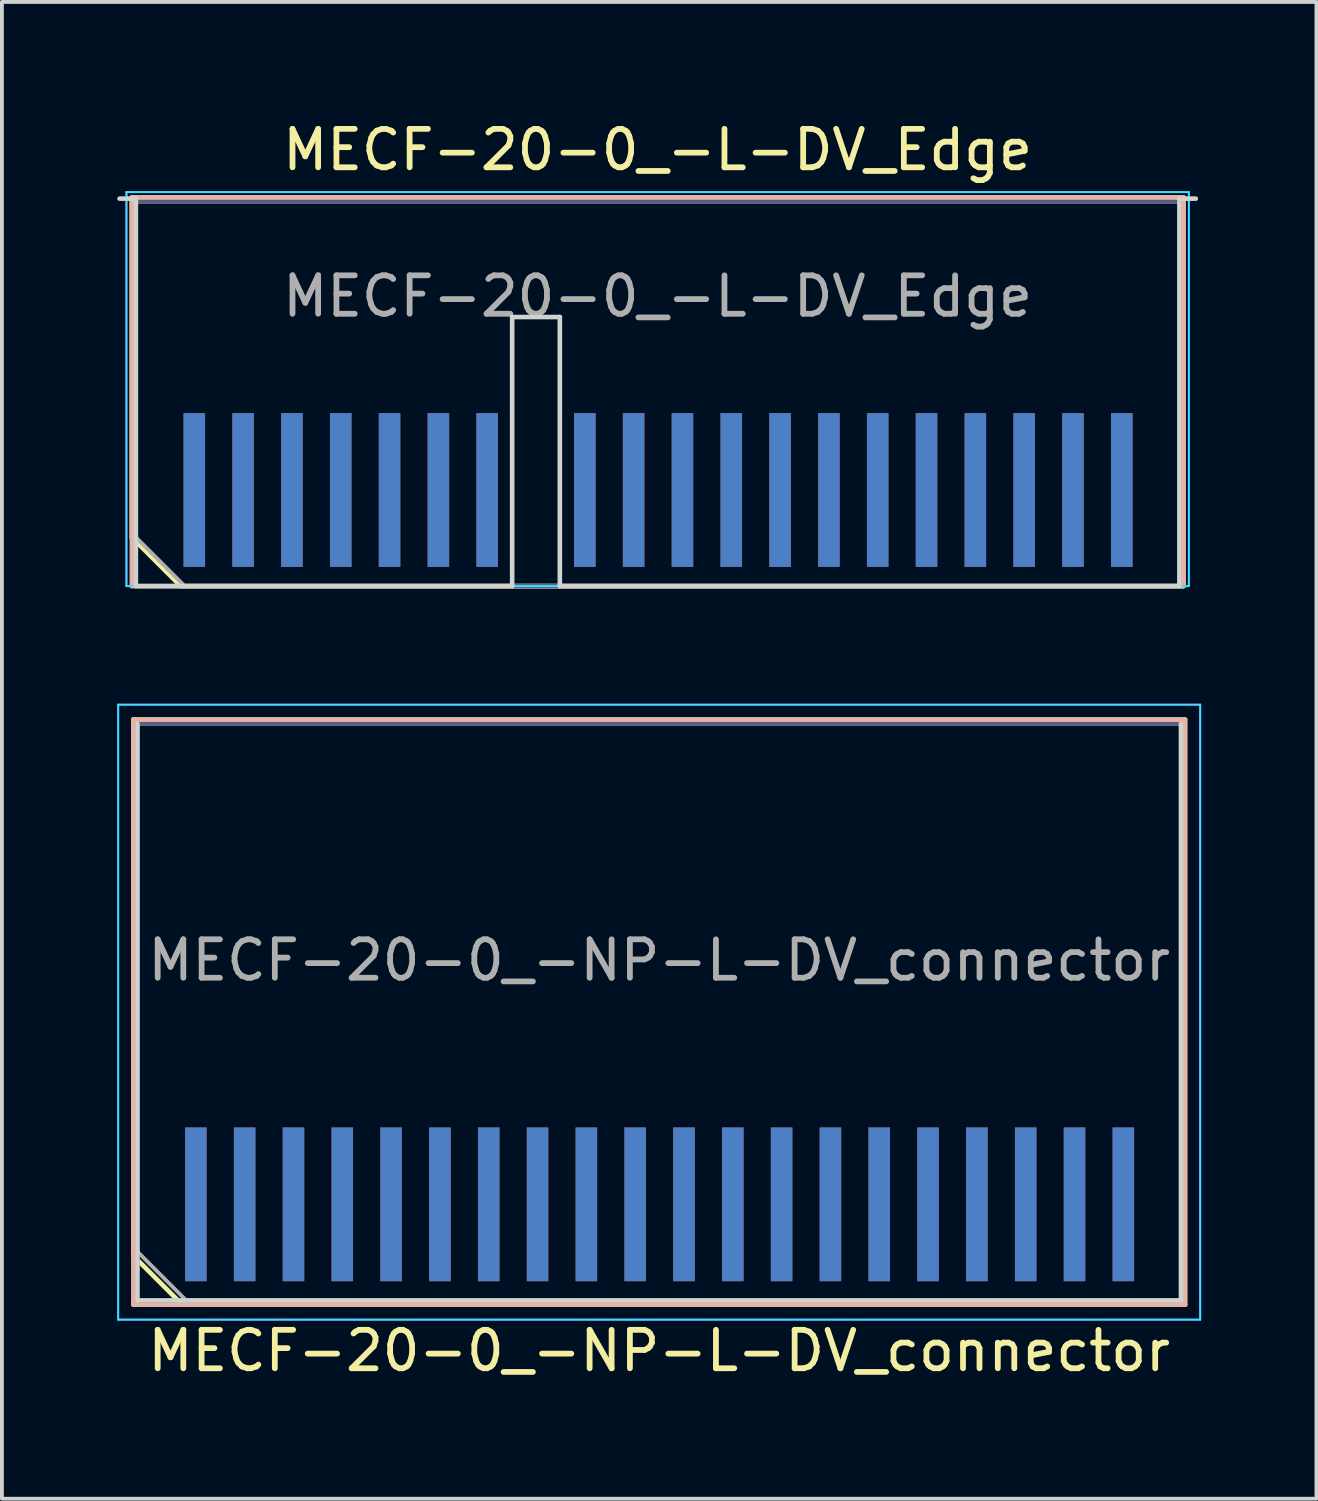
<source format=kicad_pcb>
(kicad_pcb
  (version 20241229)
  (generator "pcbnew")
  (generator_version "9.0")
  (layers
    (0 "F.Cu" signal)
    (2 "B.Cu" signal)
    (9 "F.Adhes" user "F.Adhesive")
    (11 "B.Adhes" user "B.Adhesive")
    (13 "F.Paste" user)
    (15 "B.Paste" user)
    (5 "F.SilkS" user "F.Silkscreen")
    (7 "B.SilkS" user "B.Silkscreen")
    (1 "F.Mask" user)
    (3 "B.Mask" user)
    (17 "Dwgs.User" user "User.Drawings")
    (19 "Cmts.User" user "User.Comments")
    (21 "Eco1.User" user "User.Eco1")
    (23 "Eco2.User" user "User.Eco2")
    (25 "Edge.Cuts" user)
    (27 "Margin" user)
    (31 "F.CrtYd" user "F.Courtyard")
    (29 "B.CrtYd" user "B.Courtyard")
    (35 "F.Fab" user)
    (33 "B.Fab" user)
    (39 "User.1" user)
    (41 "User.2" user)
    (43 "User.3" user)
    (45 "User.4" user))
  (footprint "MECF-20-0_-NP-L-DV_connector"
    (layer "F.Cu")
    (at 14.1 28.283)
    (property "Reference" "MECF-20-0_-NP-L-DV_connector" (at 0 3.81 0) (layer "F.SilkS") (effects (font (size 1 1) (thickness 0.15))))
    (attr smd)
    (fp_line (start -13.68 -12.61) (end 13.68 -12.61) (stroke (width 0.12) (type solid)) (layer "F.SilkS"))
    (fp_line (start -13.68 1.34) (end -13.68 -12.61) (stroke (width 0.12) (type solid)) (layer "F.SilkS"))
    (fp_line (start -12.41 2.61) (end -13.68 1.34) (stroke (width 0.12) (type solid)) (layer "F.SilkS"))
    (fp_line (start -12.41 2.61) (end 13.68 2.61) (stroke (width 0.12) (type solid)) (layer "F.SilkS"))
    (fp_line (start 13.68 2.61) (end 13.68 -12.61) (stroke (width 0.12) (type solid)) (layer "F.SilkS"))
    (fp_line (start -13.68 -12.61) (end 13.68 -12.61) (stroke (width 0.12) (type solid)) (layer "B.SilkS"))
    (fp_line (start -13.68 2.61) (end -13.68 -12.61) (stroke (width 0.12) (type solid)) (layer "B.SilkS"))
    (fp_line (start -13.68 2.61) (end 13.68 2.61) (stroke (width 0.12) (type solid)) (layer "B.SilkS"))
    (fp_line (start 13.68 2.61) (end 13.68 -12.61) (stroke (width 0.12) (type solid)) (layer "B.SilkS"))
    (fp_line (start -13.575 2.5) (end -13.575 -12.5) (stroke (width 0.12) (type solid)) (layer "Edge.Cuts"))
    (fp_line (start -13.575 2.5) (end 13.575 2.5) (stroke (width 0.12) (type solid)) (layer "Edge.Cuts"))
    (fp_line (start 13.575 2.5) (end 13.575 -12.5) (stroke (width 0.12) (type solid)) (layer "Edge.Cuts"))
    (fp_line (start -14.075 -13) (end -14.075 3) (stroke (width 0.05) (type solid)) (layer "B.CrtYd"))
    (fp_line (start -14.075 3) (end 14.075 3) (stroke (width 0.05) (type solid)) (layer "B.CrtYd"))
    (fp_line (start 14.075 -13) (end -14.075 -13) (stroke (width 0.05) (type solid)) (layer "B.CrtYd"))
    (fp_line (start 14.075 3) (end 14.075 -13) (stroke (width 0.05) (type solid)) (layer "B.CrtYd"))
    (fp_line (start -14.075 -13) (end -14.075 3) (stroke (width 0.05) (type solid)) (layer "F.CrtYd"))
    (fp_line (start -14.075 3) (end 14.075 3) (stroke (width 0.05) (type solid)) (layer "F.CrtYd"))
    (fp_line (start 14.075 -13) (end -14.075 -13) (stroke (width 0.05) (type solid)) (layer "F.CrtYd"))
    (fp_line (start 14.075 3) (end 14.075 -13) (stroke (width 0.05) (type solid)) (layer "F.CrtYd"))
    (fp_line (start -13.575 -12.5) (end 13.575 -12.5) (stroke (width 0.1) (type solid)) (layer "B.Fab"))
    (fp_line (start -13.575 2.5) (end -13.575 -12.5) (stroke (width 0.1) (type solid)) (layer "B.Fab"))
    (fp_line (start -13.575 2.5) (end 13.575 2.5) (stroke (width 0.1) (type solid)) (layer "B.Fab"))
    (fp_line (start 13.575 2.5) (end 13.575 -12.5) (stroke (width 0.1) (type solid)) (layer "B.Fab"))
    (fp_line (start -13.575 -12.5) (end 13.575 -12.5) (stroke (width 0.1) (type solid)) (layer "F.Fab"))
    (fp_line (start -13.575 1.23) (end -13.575 -12.5) (stroke (width 0.1) (type solid)) (layer "F.Fab"))
    (fp_line (start -13.575 1.23) (end -12.305 2.5) (stroke (width 0.1) (type solid)) (layer "F.Fab"))
    (fp_line (start -12.305 2.5) (end 13.575 2.5) (stroke (width 0.1) (type solid)) (layer "F.Fab"))
    (fp_line (start 13.575 2.5) (end 13.575 -12.5) (stroke (width 0.1) (type solid)) (layer "F.Fab"))
    (fp_text user "${REFERENCE}" (at 0 -6.35 0) (layer "F.Fab") (effects (font (size 1 1) (thickness 0.15))))
    (pad "1" smd rect (at -12.055 0) (size 0.56 4) (layers "F.Cu" "F.Mask" "F.Paste"))
    (pad "2" smd rect (at -12.055 0) (size 0.56 4) (layers "B.Cu" "B.Mask" "B.Paste"))
    (pad "3" smd rect (at -10.785 0) (size 0.56 4) (layers "F.Cu" "F.Mask" "F.Paste"))
    (pad "4" smd rect (at -10.785 0) (size 0.56 4) (layers "B.Cu" "B.Mask" "B.Paste"))
    (pad "5" smd rect (at -9.515 0) (size 0.56 4) (layers "F.Cu" "F.Mask" "F.Paste"))
    (pad "6" smd rect (at -9.515 0) (size 0.56 4) (layers "B.Cu" "B.Mask" "B.Paste"))
    (pad "7" smd rect (at -8.245 0) (size 0.56 4) (layers "F.Cu" "F.Mask" "F.Paste"))
    (pad "8" smd rect (at -8.245 0) (size 0.56 4) (layers "B.Cu" "B.Mask" "B.Paste"))
    (pad "9" smd rect (at -6.975 0) (size 0.56 4) (layers "F.Cu" "F.Mask" "F.Paste"))
    (pad "10" smd rect (at -6.975 0) (size 0.56 4) (layers "B.Cu" "B.Mask" "B.Paste"))
    (pad "11" smd rect (at -5.705 0) (size 0.56 4) (layers "F.Cu" "F.Mask" "F.Paste"))
    (pad "12" smd rect (at -5.705 0) (size 0.56 4) (layers "B.Cu" "B.Mask" "B.Paste"))
    (pad "13" smd rect (at -4.435 0) (size 0.56 4) (layers "F.Cu" "F.Mask" "F.Paste"))
    (pad "14" smd rect (at -4.435 0) (size 0.56 4) (layers "B.Cu" "B.Mask" "B.Paste"))
    (pad "15" smd rect (at -3.165 0) (size 0.56 4) (layers "F.Cu" "F.Mask" "F.Paste"))
    (pad "16" smd rect (at -3.165 0) (size 0.56 4) (layers "B.Cu" "B.Mask" "B.Paste"))
    (pad "17" smd rect (at -1.895 0) (size 0.56 4) (layers "F.Cu" "F.Mask" "F.Paste"))
    (pad "18" smd rect (at -1.895 0) (size 0.56 4) (layers "B.Cu" "B.Mask" "B.Paste"))
    (pad "19" smd rect (at -0.625 0) (size 0.56 4) (layers "F.Cu" "F.Mask" "F.Paste"))
    (pad "20" smd rect (at -0.625 0) (size 0.56 4) (layers "B.Cu" "B.Mask" "B.Paste"))
    (pad "21" smd rect (at 0.645 0) (size 0.56 4) (layers "F.Cu" "F.Mask" "F.Paste"))
    (pad "22" smd rect (at 0.645 0) (size 0.56 4) (layers "B.Cu" "B.Mask" "B.Paste"))
    (pad "23" smd rect (at 1.915 0) (size 0.56 4) (layers "F.Cu" "F.Mask" "F.Paste"))
    (pad "24" smd rect (at 1.915 0) (size 0.56 4) (layers "B.Cu" "B.Mask" "B.Paste"))
    (pad "25" smd rect (at 3.185 0) (size 0.56 4) (layers "F.Cu" "F.Mask" "F.Paste"))
    (pad "26" smd rect (at 3.185 0) (size 0.56 4) (layers "B.Cu" "B.Mask" "B.Paste"))
    (pad "27" smd rect (at 4.455 0) (size 0.56 4) (layers "F.Cu" "F.Mask" "F.Paste"))
    (pad "28" smd rect (at 4.455 0) (size 0.56 4) (layers "B.Cu" "B.Mask" "B.Paste"))
    (pad "29" smd rect (at 5.725 0) (size 0.56 4) (layers "F.Cu" "F.Mask" "F.Paste"))
    (pad "30" smd rect (at 5.725 0) (size 0.56 4) (layers "B.Cu" "B.Mask" "B.Paste"))
    (pad "31" smd rect (at 6.995 0) (size 0.56 4) (layers "F.Cu" "F.Mask" "F.Paste"))
    (pad "32" smd rect (at 6.995 0) (size 0.56 4) (layers "B.Cu" "B.Mask" "B.Paste"))
    (pad "33" smd rect (at 8.265 0) (size 0.56 4) (layers "F.Cu" "F.Mask" "F.Paste"))
    (pad "34" smd rect (at 8.265 0) (size 0.56 4) (layers "B.Cu" "B.Mask" "B.Paste"))
    (pad "35" smd rect (at 9.535 0) (size 0.56 4) (layers "F.Cu" "F.Mask" "F.Paste"))
    (pad "36" smd rect (at 9.535 0) (size 0.56 4) (layers "B.Cu" "B.Mask" "B.Paste"))
    (pad "37" smd rect (at 10.805 0) (size 0.56 4) (layers "F.Cu" "F.Mask" "F.Paste"))
    (pad "38" smd rect (at 10.805 0) (size 0.56 4) (layers "B.Cu" "B.Mask" "B.Paste"))
    (pad "39" smd rect (at 12.075 0) (size 0.56 4) (layers "F.Cu" "F.Mask" "F.Paste"))
    (pad "40" smd rect (at 12.075 0) (size 0.56 4) (layers "B.Cu" "B.Mask" "B.Paste")))
  (footprint "MECF-20-0_-L-DV_Edge"
    (layer "F.Cu")
    (at 14.06 7.198)
    (property "Reference" "MECF-20-0_-L-DV_Edge" (at 0 -6.35 0) (layer "F.SilkS") (effects (font (size 1 1) (thickness 0.15))))
    (attr exclude_from_pos_files exclude_from_bom)
    (fp_line (start -13.68 -5.11) (end 13.68 -5.11) (stroke (width 0.12) (type solid)) (layer "F.SilkS"))
    (fp_line (start -13.68 3.73) (end -13.68 -5.11) (stroke (width 0.12) (type solid)) (layer "F.SilkS"))
    (fp_line (start -12.41 5) (end -13.68 3.73) (stroke (width 0.12) (type solid)) (layer "F.SilkS"))
    (fp_line (start -12.41 5) (end 13.68 5) (stroke (width 0.12) (type solid)) (layer "F.SilkS"))
    (fp_line (start 13.68 5) (end 13.68 -5.11) (stroke (width 0.12) (type solid)) (layer "F.SilkS"))
    (fp_line (start -13.68 -5.11) (end 13.68 -5.11) (stroke (width 0.12) (type solid)) (layer "B.SilkS"))
    (fp_line (start -13.68 5) (end -13.68 -5.11) (stroke (width 0.12) (type solid)) (layer "B.SilkS"))
    (fp_line (start -13.68 5) (end 13.68 5) (stroke (width 0.12) (type solid)) (layer "B.SilkS"))
    (fp_line (start 13.68 5) (end 13.68 -5.11) (stroke (width 0.12) (type solid)) (layer "B.SilkS"))
    (fp_line (start -14 -5.08) (end -13.575 -5.08) (stroke (width 0.12) (type solid)) (layer "Edge.Cuts"))
    (fp_line (start -13.575 5) (end -13.575 -5.08) (stroke (width 0.12) (type solid)) (layer "Edge.Cuts"))
    (fp_line (start -13.575 5) (end -3.785 5) (stroke (width 0.12) (type solid)) (layer "Edge.Cuts"))
    (fp_line (start -3.785 -2) (end -2.545 -2) (stroke (width 0.12) (type solid)) (layer "Edge.Cuts"))
    (fp_line (start -3.785 5) (end -3.785 -2) (stroke (width 0.12) (type solid)) (layer "Edge.Cuts"))
    (fp_line (start -2.545 5) (end -2.545 -2) (stroke (width 0.12) (type solid)) (layer "Edge.Cuts"))
    (fp_line (start -2.545 5) (end 13.575 5) (stroke (width 0.12) (type solid)) (layer "Edge.Cuts"))
    (fp_line (start 13.575 5) (end 13.575 -5.08) (stroke (width 0.12) (type solid)) (layer "Edge.Cuts"))
    (fp_line (start 14 -5.08) (end 13.575 -5.08) (stroke (width 0.12) (type solid)) (layer "Edge.Cuts"))
    (fp_line (start -13.82 -5.25) (end -13.82 5) (stroke (width 0.05) (type solid)) (layer "B.CrtYd"))
    (fp_line (start -13.82 5) (end 13.82 5) (stroke (width 0.05) (type solid)) (layer "B.CrtYd"))
    (fp_line (start 13.82 -5.25) (end -13.82 -5.25) (stroke (width 0.05) (type solid)) (layer "B.CrtYd"))
    (fp_line (start 13.82 5) (end 13.82 -5.25) (stroke (width 0.05) (type solid)) (layer "B.CrtYd"))
    (fp_line (start -13.82 -5.25) (end -13.82 5) (stroke (width 0.05) (type solid)) (layer "F.CrtYd"))
    (fp_line (start -13.82 5) (end 13.82 5) (stroke (width 0.05) (type solid)) (layer "F.CrtYd"))
    (fp_line (start 13.82 -5.25) (end -13.82 -5.25) (stroke (width 0.05) (type solid)) (layer "F.CrtYd"))
    (fp_line (start 13.82 5) (end 13.82 -5.25) (stroke (width 0.05) (type solid)) (layer "F.CrtYd"))
    (fp_line (start -13.575 -5) (end 13.575 -5) (stroke (width 0.1) (type solid)) (layer "B.Fab"))
    (fp_line (start -13.575 5) (end -13.575 -5) (stroke (width 0.1) (type solid)) (layer "B.Fab"))
    (fp_line (start -13.575 5) (end 13.575 5) (stroke (width 0.1) (type solid)) (layer "B.Fab"))
    (fp_line (start 13.575 5) (end 13.575 -5) (stroke (width 0.1) (type solid)) (layer "B.Fab"))
    (fp_line (start -13.575 -5) (end 13.575 -5) (stroke (width 0.1) (type solid)) (layer "F.Fab"))
    (fp_line (start -13.575 3.73) (end -13.575 -5) (stroke (width 0.1) (type solid)) (layer "F.Fab"))
    (fp_line (start -13.575 3.73) (end -12.305 5) (stroke (width 0.1) (type solid)) (layer "F.Fab"))
    (fp_line (start -12.305 5) (end 13.575 5) (stroke (width 0.1) (type solid)) (layer "F.Fab"))
    (fp_line (start 13.575 5) (end 13.575 -5) (stroke (width 0.1) (type solid)) (layer "F.Fab"))
    (fp_text user "${REFERENCE}" (at 0 -2.54 0) (layer "F.Fab") (effects (font (size 1 1) (thickness 0.15))))
    (pad "1" smd rect (at -12.055 2.5) (size 0.56 4) (layers "F.Cu" "F.Mask" "F.Paste"))
    (pad "2" smd rect (at -12.055 2.5) (size 0.56 4) (layers "B.Cu" "B.Mask" "B.Paste"))
    (pad "3" smd rect (at -10.785 2.5) (size 0.56 4) (layers "F.Cu" "F.Mask" "F.Paste"))
    (pad "4" smd rect (at -10.785 2.5) (size 0.56 4) (layers "B.Cu" "B.Mask" "B.Paste"))
    (pad "5" smd rect (at -9.515 2.5) (size 0.56 4) (layers "F.Cu" "F.Mask" "F.Paste"))
    (pad "6" smd rect (at -9.515 2.5) (size 0.56 4) (layers "B.Cu" "B.Mask" "B.Paste"))
    (pad "7" smd rect (at -8.245 2.5) (size 0.56 4) (layers "F.Cu" "F.Mask" "F.Paste"))
    (pad "8" smd rect (at -8.245 2.5) (size 0.56 4) (layers "B.Cu" "B.Mask" "B.Paste"))
    (pad "9" smd rect (at -6.975 2.5) (size 0.56 4) (layers "F.Cu" "F.Mask" "F.Paste"))
    (pad "10" smd rect (at -6.975 2.5) (size 0.56 4) (layers "B.Cu" "B.Mask" "B.Paste"))
    (pad "11" smd rect (at -5.705 2.5) (size 0.56 4) (layers "F.Cu" "F.Mask" "F.Paste"))
    (pad "12" smd rect (at -5.705 2.5) (size 0.56 4) (layers "B.Cu" "B.Mask" "B.Paste"))
    (pad "13" smd rect (at -4.435 2.5) (size 0.56 4) (layers "F.Cu" "F.Mask" "F.Paste"))
    (pad "14" smd rect (at -4.435 2.5) (size 0.56 4) (layers "B.Cu" "B.Mask" "B.Paste"))
    (pad "17" smd rect (at -1.895 2.5) (size 0.56 4) (layers "F.Cu" "F.Mask" "F.Paste"))
    (pad "18" smd rect (at -1.895 2.5) (size 0.56 4) (layers "B.Cu" "B.Mask" "B.Paste"))
    (pad "19" smd rect (at -0.625 2.5) (size 0.56 4) (layers "F.Cu" "F.Mask" "F.Paste"))
    (pad "20" smd rect (at -0.625 2.5) (size 0.56 4) (layers "B.Cu" "B.Mask" "B.Paste"))
    (pad "21" smd rect (at 0.645 2.5) (size 0.56 4) (layers "F.Cu" "F.Mask" "F.Paste"))
    (pad "22" smd rect (at 0.645 2.5) (size 0.56 4) (layers "B.Cu" "B.Mask" "B.Paste"))
    (pad "23" smd rect (at 1.915 2.5) (size 0.56 4) (layers "F.Cu" "F.Mask" "F.Paste"))
    (pad "24" smd rect (at 1.915 2.5) (size 0.56 4) (layers "B.Cu" "B.Mask" "B.Paste"))
    (pad "25" smd rect (at 3.185 2.5) (size 0.56 4) (layers "F.Cu" "F.Mask" "F.Paste"))
    (pad "26" smd rect (at 3.185 2.5) (size 0.56 4) (layers "B.Cu" "B.Mask" "B.Paste"))
    (pad "27" smd rect (at 4.455 2.5) (size 0.56 4) (layers "F.Cu" "F.Mask" "F.Paste"))
    (pad "28" smd rect (at 4.455 2.5) (size 0.56 4) (layers "B.Cu" "B.Mask" "B.Paste"))
    (pad "29" smd rect (at 5.725 2.5) (size 0.56 4) (layers "F.Cu" "F.Mask" "F.Paste"))
    (pad "30" smd rect (at 5.725 2.5) (size 0.56 4) (layers "B.Cu" "B.Mask" "B.Paste"))
    (pad "31" smd rect (at 6.995 2.5) (size 0.56 4) (layers "F.Cu" "F.Mask" "F.Paste"))
    (pad "32" smd rect (at 6.995 2.5) (size 0.56 4) (layers "B.Cu" "B.Mask" "B.Paste"))
    (pad "33" smd rect (at 8.265 2.5) (size 0.56 4) (layers "F.Cu" "F.Mask" "F.Paste"))
    (pad "34" smd rect (at 8.265 2.5) (size 0.56 4) (layers "B.Cu" "B.Mask" "B.Paste"))
    (pad "35" smd rect (at 9.535 2.5) (size 0.56 4) (layers "F.Cu" "F.Mask" "F.Paste"))
    (pad "36" smd rect (at 9.535 2.5) (size 0.56 4) (layers "B.Cu" "B.Mask" "B.Paste"))
    (pad "37" smd rect (at 10.805 2.5) (size 0.56 4) (layers "F.Cu" "F.Mask" "F.Paste"))
    (pad "38" smd rect (at 10.805 2.5) (size 0.56 4) (layers "B.Cu" "B.Mask" "B.Paste"))
    (pad "39" smd rect (at 12.075 2.5) (size 0.56 4) (layers "F.Cu" "F.Mask" "F.Paste"))
    (pad "40" smd rect (at 12.075 2.5) (size 0.56 4) (layers "B.Cu" "B.Mask" "B.Paste")))
  (gr_rect
    (start -3 -3)
    (end 31.2 35.941)
    (stroke (width 0.1) (type default))
    (fill no)
    (layer "Edge.Cuts")))
</source>
